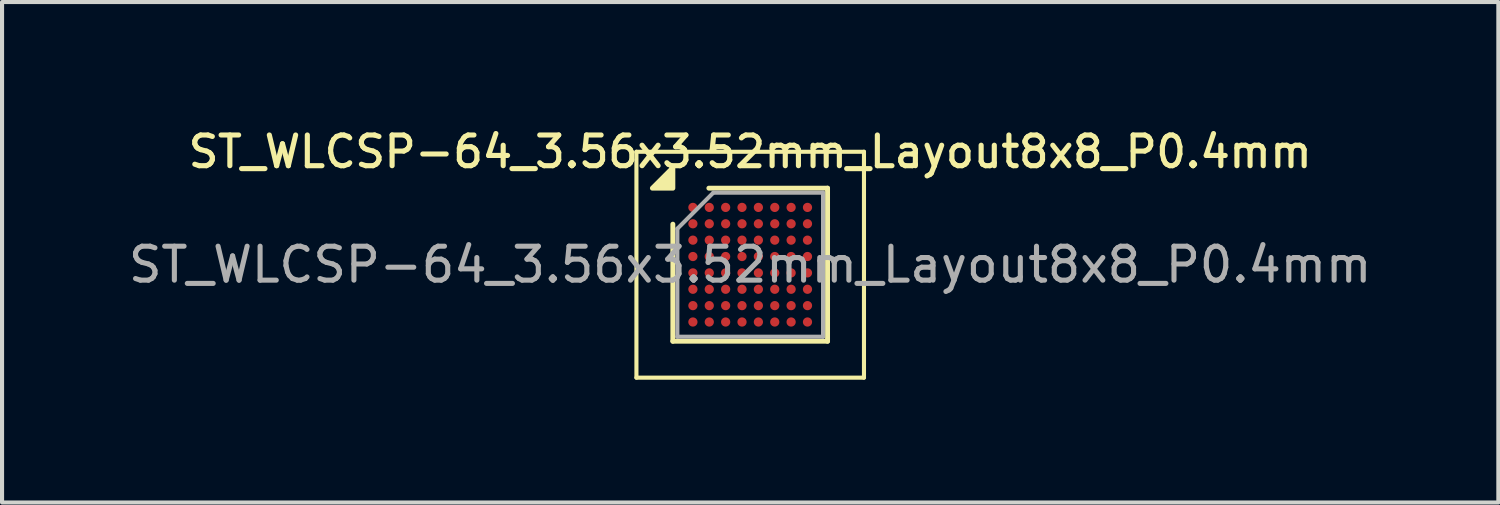
<source format=kicad_pcb>
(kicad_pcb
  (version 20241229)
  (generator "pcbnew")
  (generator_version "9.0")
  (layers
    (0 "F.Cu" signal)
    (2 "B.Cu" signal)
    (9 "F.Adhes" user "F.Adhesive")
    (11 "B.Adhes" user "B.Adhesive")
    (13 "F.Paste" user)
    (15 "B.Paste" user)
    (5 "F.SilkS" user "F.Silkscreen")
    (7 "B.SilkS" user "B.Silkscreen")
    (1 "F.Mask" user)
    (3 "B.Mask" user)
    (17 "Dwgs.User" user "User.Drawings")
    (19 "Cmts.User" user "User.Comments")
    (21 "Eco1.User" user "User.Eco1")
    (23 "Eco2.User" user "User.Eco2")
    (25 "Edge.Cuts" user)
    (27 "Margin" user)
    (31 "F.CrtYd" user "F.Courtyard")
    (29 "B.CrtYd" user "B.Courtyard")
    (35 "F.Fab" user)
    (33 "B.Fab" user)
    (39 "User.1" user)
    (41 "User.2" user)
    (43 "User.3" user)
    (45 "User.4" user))
  (footprint "ST_WLCSP-64_3.56x3.52mm_Layout8x8_P0.4mm"
    (layer "F.Cu")
    (at 15.281 3.418)
    (property "Reference" "ST_WLCSP-64_3.56x3.52mm_Layout8x8_P0.4mm" (at 0 -2.76 0) (layer "F.SilkS") (effects (font (size 0.75 0.75) (thickness 0.125))))
    (attr smd)
    (fp_line (start -2.78 -2.76) (end -2.78 2.76) (stroke (width 0.1) (type solid)) (layer "F.SilkS"))
    (fp_line (start -2.78 2.76) (end 2.78 2.76) (stroke (width 0.1) (type solid)) (layer "F.SilkS"))
    (fp_line (start -1.89 1.87) (end -1.89 -0.99) (stroke (width 0.12) (type solid)) (layer "F.SilkS"))
    (fp_line (start -1.01 -1.87) (end 1.89 -1.87) (stroke (width 0.12) (type solid)) (layer "F.SilkS"))
    (fp_line (start 1.89 -1.87) (end 1.89 1.87) (stroke (width 0.12) (type solid)) (layer "F.SilkS"))
    (fp_line (start 1.89 1.87) (end -1.89 1.87) (stroke (width 0.12) (type solid)) (layer "F.SilkS"))
    (fp_line (start 2.78 -2.76) (end -2.78 -2.76) (stroke (width 0.1) (type solid)) (layer "F.SilkS"))
    (fp_line (start 2.78 2.76) (end 2.78 -2.76) (stroke (width 0.1) (type solid)) (layer "F.SilkS"))
    (fp_poly (pts (xy -1.89 -1.87) (xy -2.39 -1.87) (xy -1.89 -2.37) (xy -1.89 -1.87)) (stroke (width 0.12) (type solid)) (fill yes) (layer "F.SilkS"))
    (fp_line (start -1.78 -0.88) (end -0.9 -1.76) (stroke (width 0.1) (type solid)) (layer "F.Fab"))
    (fp_line (start -1.78 1.76) (end -1.78 -0.88) (stroke (width 0.1) (type solid)) (layer "F.Fab"))
    (fp_line (start -0.9 -1.76) (end 1.78 -1.76) (stroke (width 0.1) (type solid)) (layer "F.Fab"))
    (fp_line (start 1.78 -1.76) (end 1.78 1.76) (stroke (width 0.1) (type solid)) (layer "F.Fab"))
    (fp_line (start 1.78 1.76) (end -1.78 1.76) (stroke (width 0.1) (type solid)) (layer "F.Fab"))
    (fp_text user "${REFERENCE}" (at 0 0 0) (layer "F.Fab") (effects (font (size 0.83 0.83) (thickness 0.124))))
    (pad "A1" smd circle (at -1.4 -1.4) (size 0.225 0.225) (property pad_prop_bga) (layers "F.Cu" "F.Mask" "F.Paste"))
    (pad "A2" smd circle (at -1 -1.4) (size 0.225 0.225) (property pad_prop_bga) (layers "F.Cu" "F.Mask" "F.Paste"))
    (pad "A3" smd circle (at -0.6 -1.4) (size 0.225 0.225) (property pad_prop_bga) (layers "F.Cu" "F.Mask" "F.Paste"))
    (pad "A4" smd circle (at -0.2 -1.4) (size 0.225 0.225) (property pad_prop_bga) (layers "F.Cu" "F.Mask" "F.Paste"))
    (pad "A5" smd circle (at 0.2 -1.4) (size 0.225 0.225) (property pad_prop_bga) (layers "F.Cu" "F.Mask" "F.Paste"))
    (pad "A6" smd circle (at 0.6 -1.4) (size 0.225 0.225) (property pad_prop_bga) (layers "F.Cu" "F.Mask" "F.Paste"))
    (pad "A7" smd circle (at 1 -1.4) (size 0.225 0.225) (property pad_prop_bga) (layers "F.Cu" "F.Mask" "F.Paste"))
    (pad "A8" smd circle (at 1.4 -1.4) (size 0.225 0.225) (property pad_prop_bga) (layers "F.Cu" "F.Mask" "F.Paste"))
    (pad "B1" smd circle (at -1.4 -1) (size 0.225 0.225) (property pad_prop_bga) (layers "F.Cu" "F.Mask" "F.Paste"))
    (pad "B2" smd circle (at -1 -1) (size 0.225 0.225) (property pad_prop_bga) (layers "F.Cu" "F.Mask" "F.Paste"))
    (pad "B3" smd circle (at -0.6 -1) (size 0.225 0.225) (property pad_prop_bga) (layers "F.Cu" "F.Mask" "F.Paste"))
    (pad "B4" smd circle (at -0.2 -1) (size 0.225 0.225) (property pad_prop_bga) (layers "F.Cu" "F.Mask" "F.Paste"))
    (pad "B5" smd circle (at 0.2 -1) (size 0.225 0.225) (property pad_prop_bga) (layers "F.Cu" "F.Mask" "F.Paste"))
    (pad "B6" smd circle (at 0.6 -1) (size 0.225 0.225) (property pad_prop_bga) (layers "F.Cu" "F.Mask" "F.Paste"))
    (pad "B7" smd circle (at 1 -1) (size 0.225 0.225) (property pad_prop_bga) (layers "F.Cu" "F.Mask" "F.Paste"))
    (pad "B8" smd circle (at 1.4 -1) (size 0.225 0.225) (property pad_prop_bga) (layers "F.Cu" "F.Mask" "F.Paste"))
    (pad "C1" smd circle (at -1.4 -0.6) (size 0.225 0.225) (property pad_prop_bga) (layers "F.Cu" "F.Mask" "F.Paste"))
    (pad "C2" smd circle (at -1 -0.6) (size 0.225 0.225) (property pad_prop_bga) (layers "F.Cu" "F.Mask" "F.Paste"))
    (pad "C3" smd circle (at -0.6 -0.6) (size 0.225 0.225) (property pad_prop_bga) (layers "F.Cu" "F.Mask" "F.Paste"))
    (pad "C4" smd circle (at -0.2 -0.6) (size 0.225 0.225) (property pad_prop_bga) (layers "F.Cu" "F.Mask" "F.Paste"))
    (pad "C5" smd circle (at 0.2 -0.6) (size 0.225 0.225) (property pad_prop_bga) (layers "F.Cu" "F.Mask" "F.Paste"))
    (pad "C6" smd circle (at 0.6 -0.6) (size 0.225 0.225) (property pad_prop_bga) (layers "F.Cu" "F.Mask" "F.Paste"))
    (pad "C7" smd circle (at 1 -0.6) (size 0.225 0.225) (property pad_prop_bga) (layers "F.Cu" "F.Mask" "F.Paste"))
    (pad "C8" smd circle (at 1.4 -0.6) (size 0.225 0.225) (property pad_prop_bga) (layers "F.Cu" "F.Mask" "F.Paste"))
    (pad "D1" smd circle (at -1.4 -0.2) (size 0.225 0.225) (property pad_prop_bga) (layers "F.Cu" "F.Mask" "F.Paste"))
    (pad "D2" smd circle (at -1 -0.2) (size 0.225 0.225) (property pad_prop_bga) (layers "F.Cu" "F.Mask" "F.Paste"))
    (pad "D3" smd circle (at -0.6 -0.2) (size 0.225 0.225) (property pad_prop_bga) (layers "F.Cu" "F.Mask" "F.Paste"))
    (pad "D4" smd circle (at -0.2 -0.2) (size 0.225 0.225) (property pad_prop_bga) (layers "F.Cu" "F.Mask" "F.Paste"))
    (pad "D5" smd circle (at 0.2 -0.2) (size 0.225 0.225) (property pad_prop_bga) (layers "F.Cu" "F.Mask" "F.Paste"))
    (pad "D6" smd circle (at 0.6 -0.2) (size 0.225 0.225) (property pad_prop_bga) (layers "F.Cu" "F.Mask" "F.Paste"))
    (pad "D7" smd circle (at 1 -0.2) (size 0.225 0.225) (property pad_prop_bga) (layers "F.Cu" "F.Mask" "F.Paste"))
    (pad "D8" smd circle (at 1.4 -0.2) (size 0.225 0.225) (property pad_prop_bga) (layers "F.Cu" "F.Mask" "F.Paste"))
    (pad "E1" smd circle (at -1.4 0.2) (size 0.225 0.225) (property pad_prop_bga) (layers "F.Cu" "F.Mask" "F.Paste"))
    (pad "E2" smd circle (at -1 0.2) (size 0.225 0.225) (property pad_prop_bga) (layers "F.Cu" "F.Mask" "F.Paste"))
    (pad "E3" smd circle (at -0.6 0.2) (size 0.225 0.225) (property pad_prop_bga) (layers "F.Cu" "F.Mask" "F.Paste"))
    (pad "E4" smd circle (at -0.2 0.2) (size 0.225 0.225) (property pad_prop_bga) (layers "F.Cu" "F.Mask" "F.Paste"))
    (pad "E5" smd circle (at 0.2 0.2) (size 0.225 0.225) (property pad_prop_bga) (layers "F.Cu" "F.Mask" "F.Paste"))
    (pad "E6" smd circle (at 0.6 0.2) (size 0.225 0.225) (property pad_prop_bga) (layers "F.Cu" "F.Mask" "F.Paste"))
    (pad "E7" smd circle (at 1 0.2) (size 0.225 0.225) (property pad_prop_bga) (layers "F.Cu" "F.Mask" "F.Paste"))
    (pad "E8" smd circle (at 1.4 0.2) (size 0.225 0.225) (property pad_prop_bga) (layers "F.Cu" "F.Mask" "F.Paste"))
    (pad "F1" smd circle (at -1.4 0.6) (size 0.225 0.225) (property pad_prop_bga) (layers "F.Cu" "F.Mask" "F.Paste"))
    (pad "F2" smd circle (at -1 0.6) (size 0.225 0.225) (property pad_prop_bga) (layers "F.Cu" "F.Mask" "F.Paste"))
    (pad "F3" smd circle (at -0.6 0.6) (size 0.225 0.225) (property pad_prop_bga) (layers "F.Cu" "F.Mask" "F.Paste"))
    (pad "F4" smd circle (at -0.2 0.6) (size 0.225 0.225) (property pad_prop_bga) (layers "F.Cu" "F.Mask" "F.Paste"))
    (pad "F5" smd circle (at 0.2 0.6) (size 0.225 0.225) (property pad_prop_bga) (layers "F.Cu" "F.Mask" "F.Paste"))
    (pad "F6" smd circle (at 0.6 0.6) (size 0.225 0.225) (property pad_prop_bga) (layers "F.Cu" "F.Mask" "F.Paste"))
    (pad "F7" smd circle (at 1 0.6) (size 0.225 0.225) (property pad_prop_bga) (layers "F.Cu" "F.Mask" "F.Paste"))
    (pad "F8" smd circle (at 1.4 0.6) (size 0.225 0.225) (property pad_prop_bga) (layers "F.Cu" "F.Mask" "F.Paste"))
    (pad "G1" smd circle (at -1.4 1) (size 0.225 0.225) (property pad_prop_bga) (layers "F.Cu" "F.Mask" "F.Paste"))
    (pad "G2" smd circle (at -1 1) (size 0.225 0.225) (property pad_prop_bga) (layers "F.Cu" "F.Mask" "F.Paste"))
    (pad "G3" smd circle (at -0.6 1) (size 0.225 0.225) (property pad_prop_bga) (layers "F.Cu" "F.Mask" "F.Paste"))
    (pad "G4" smd circle (at -0.2 1) (size 0.225 0.225) (property pad_prop_bga) (layers "F.Cu" "F.Mask" "F.Paste"))
    (pad "G5" smd circle (at 0.2 1) (size 0.225 0.225) (property pad_prop_bga) (layers "F.Cu" "F.Mask" "F.Paste"))
    (pad "G6" smd circle (at 0.6 1) (size 0.225 0.225) (property pad_prop_bga) (layers "F.Cu" "F.Mask" "F.Paste"))
    (pad "G7" smd circle (at 1 1) (size 0.225 0.225) (property pad_prop_bga) (layers "F.Cu" "F.Mask" "F.Paste"))
    (pad "G8" smd circle (at 1.4 1) (size 0.225 0.225) (property pad_prop_bga) (layers "F.Cu" "F.Mask" "F.Paste"))
    (pad "H1" smd circle (at -1.4 1.4) (size 0.225 0.225) (property pad_prop_bga) (layers "F.Cu" "F.Mask" "F.Paste"))
    (pad "H2" smd circle (at -1 1.4) (size 0.225 0.225) (property pad_prop_bga) (layers "F.Cu" "F.Mask" "F.Paste"))
    (pad "H3" smd circle (at -0.6 1.4) (size 0.225 0.225) (property pad_prop_bga) (layers "F.Cu" "F.Mask" "F.Paste"))
    (pad "H4" smd circle (at -0.2 1.4) (size 0.225 0.225) (property pad_prop_bga) (layers "F.Cu" "F.Mask" "F.Paste"))
    (pad "H5" smd circle (at 0.2 1.4) (size 0.225 0.225) (property pad_prop_bga) (layers "F.Cu" "F.Mask" "F.Paste"))
    (pad "H6" smd circle (at 0.6 1.4) (size 0.225 0.225) (property pad_prop_bga) (layers "F.Cu" "F.Mask" "F.Paste"))
    (pad "H7" smd circle (at 1 1.4) (size 0.225 0.225) (property pad_prop_bga) (layers "F.Cu" "F.Mask" "F.Paste"))
    (pad "H8" smd circle (at 1.4 1.4) (size 0.225 0.225) (property pad_prop_bga) (layers "F.Cu" "F.Mask" "F.Paste")))
  (gr_rect
    (start -3 -3)
    (end 33.562 9.228)
    (stroke (width 0.1) (type default))
    (fill no)
    (layer "Edge.Cuts")))
</source>
